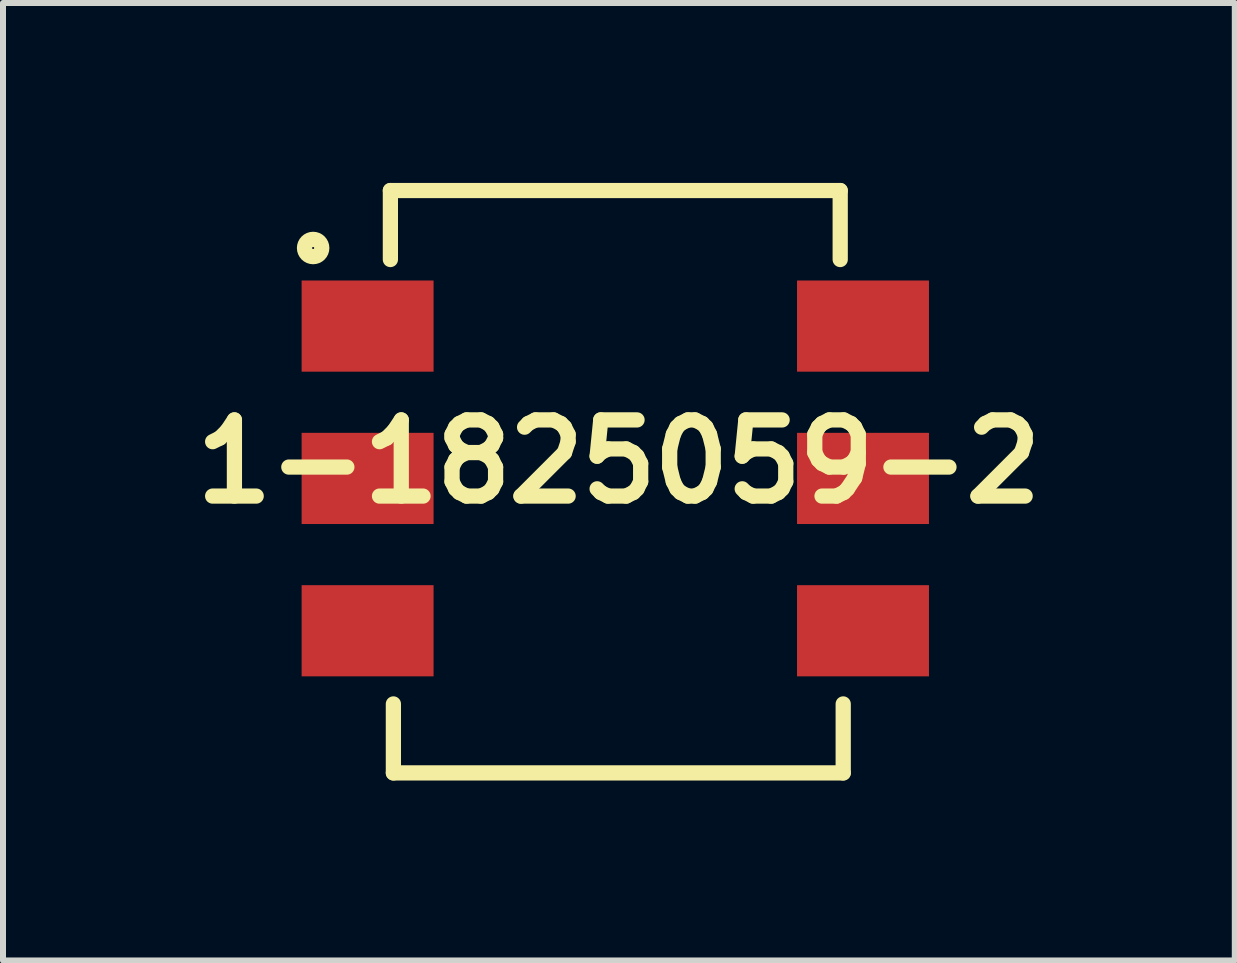
<source format=kicad_pcb>
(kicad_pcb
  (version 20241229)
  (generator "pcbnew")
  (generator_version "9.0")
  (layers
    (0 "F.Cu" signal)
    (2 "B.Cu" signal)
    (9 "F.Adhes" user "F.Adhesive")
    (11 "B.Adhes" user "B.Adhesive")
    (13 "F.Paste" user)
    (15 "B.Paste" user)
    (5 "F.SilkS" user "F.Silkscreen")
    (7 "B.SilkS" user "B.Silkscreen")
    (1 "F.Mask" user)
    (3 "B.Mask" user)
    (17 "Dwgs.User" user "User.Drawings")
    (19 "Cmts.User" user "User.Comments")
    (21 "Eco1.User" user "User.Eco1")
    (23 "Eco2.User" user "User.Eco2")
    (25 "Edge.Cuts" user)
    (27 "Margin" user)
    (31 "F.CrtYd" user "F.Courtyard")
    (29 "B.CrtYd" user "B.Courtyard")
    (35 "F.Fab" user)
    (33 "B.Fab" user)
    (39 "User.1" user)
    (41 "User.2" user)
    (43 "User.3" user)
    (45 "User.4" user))
  (footprint "1-1825059-2"
    (layer "F.Cu")
    (at 7.229 5.017)
    (property "Reference" "1-1825059-2" (at 0.04 -0.37 0) (layer "F.SilkS") (effects (font (size 1.27 1.27) (thickness 0.254))))
    (attr smd)
    (fp_line (start -3.77 -4.89) (end -3.77 -3.74) (stroke (width 0.254) (type solid)) (layer "F.SilkS"))
    (fp_line (start -3.77 -4.89) (end 3.73 -4.89) (stroke (width 0.254) (type solid)) (layer "F.SilkS"))
    (fp_line (start -3.72 4.82) (end -3.72 3.67) (stroke (width 0.254) (type solid)) (layer "F.SilkS"))
    (fp_line (start 3.73 -4.89) (end 3.73 -3.74) (stroke (width 0.254) (type solid)) (layer "F.SilkS"))
    (fp_line (start 3.78 4.82) (end -3.72 4.82) (stroke (width 0.254) (type solid)) (layer "F.SilkS"))
    (fp_line (start 3.78 4.82) (end 3.78 3.67) (stroke (width 0.254) (type solid)) (layer "F.SilkS"))
    (fp_circle (center -5.058 -3.932) (end -5.202 -3.932) (stroke (width 0.254) (type solid)) (fill no) (layer "F.SilkS"))
    (pad "1" smd rect (at -4.15 -2.63 90) (size 1.52 2.2) (layers "F.Cu" "F.Mask" "F.Paste"))
    (pad "2" smd rect (at -4.15 -0.09 90) (size 1.52 2.2) (layers "F.Cu" "F.Mask" "F.Paste"))
    (pad "3" smd rect (at -4.15 2.45 90) (size 1.52 2.2) (layers "F.Cu" "F.Mask" "F.Paste"))
    (pad "4" smd rect (at 4.11 -2.63 90) (size 1.52 2.2) (layers "F.Cu" "F.Mask" "F.Paste"))
    (pad "5" smd rect (at 4.11 -0.09 90) (size 1.52 2.2) (layers "F.Cu" "F.Mask" "F.Paste"))
    (pad "6" smd rect (at 4.11 2.45 90) (size 1.52 2.2) (layers "F.Cu" "F.Mask" "F.Paste")))
  (gr_rect
    (start -3 -3)
    (end 17.538 12.964)
    (stroke (width 0.1) (type default))
    (fill no)
    (layer "Edge.Cuts")))
</source>
